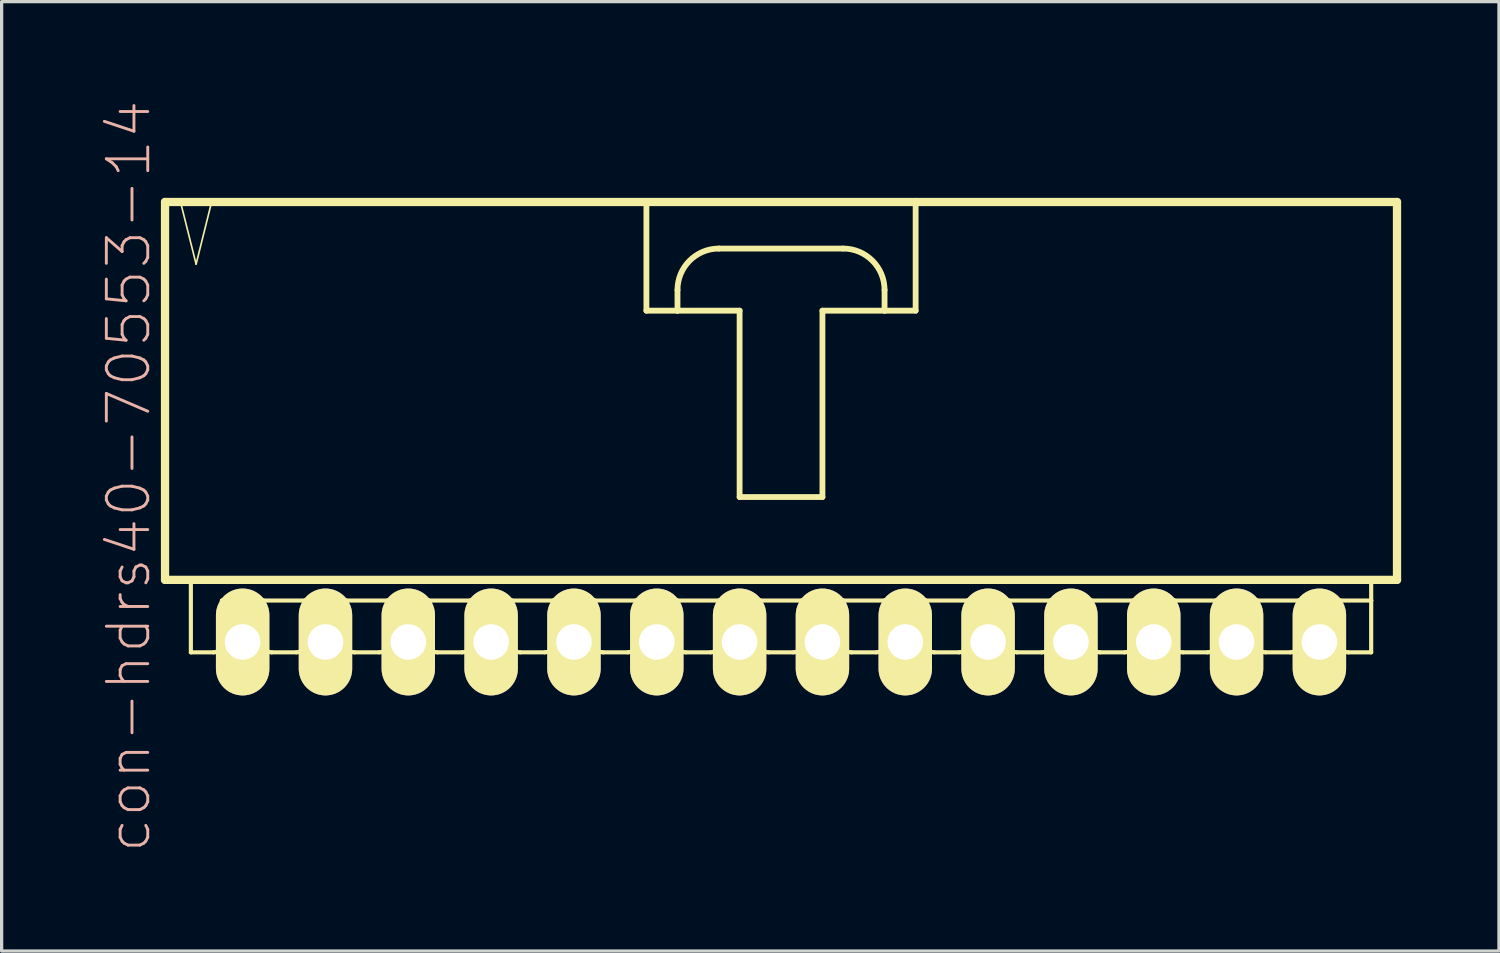
<source format=kicad_pcb>
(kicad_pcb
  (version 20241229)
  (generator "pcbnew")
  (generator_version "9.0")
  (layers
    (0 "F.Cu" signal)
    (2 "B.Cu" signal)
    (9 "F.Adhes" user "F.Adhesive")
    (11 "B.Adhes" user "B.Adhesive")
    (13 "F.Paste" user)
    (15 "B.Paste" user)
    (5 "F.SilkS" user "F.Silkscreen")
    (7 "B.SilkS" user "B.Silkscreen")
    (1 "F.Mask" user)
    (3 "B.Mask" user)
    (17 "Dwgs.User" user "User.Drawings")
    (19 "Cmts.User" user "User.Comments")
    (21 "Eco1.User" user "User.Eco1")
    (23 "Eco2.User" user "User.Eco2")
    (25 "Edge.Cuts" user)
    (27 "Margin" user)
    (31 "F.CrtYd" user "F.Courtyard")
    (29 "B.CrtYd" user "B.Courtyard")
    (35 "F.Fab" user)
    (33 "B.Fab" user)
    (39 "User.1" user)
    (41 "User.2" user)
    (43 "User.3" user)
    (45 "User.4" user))
  (footprint "con-hdrs40-70553-14"
    (layer "F.Cu")
    (at 20.901 9.017)
    (property "Reference" "con-hdrs40-70553-14" (at -20.003 2.54 90) (layer "B.SilkS") (effects (font (size 1.27 1.27) (thickness 0.089))))
    (attr exclude_from_pos_files exclude_from_bom)
    (fp_line (start -18.89 -5.872) (end -18.89 5.715) (stroke (width 0.254) (type solid)) (layer "F.SilkS"))
    (fp_line (start -18.89 5.715) (end 18.89 5.715) (stroke (width 0.254) (type solid)) (layer "F.SilkS"))
    (fp_line (start -18.415 -5.872) (end -17.937 -3.967) (stroke (width 0.051) (type solid)) (layer "F.SilkS"))
    (fp_line (start -18.098 5.715) (end -18.098 7.938) (stroke (width 0.127) (type solid)) (layer "F.SilkS"))
    (fp_line (start -17.937 -3.967) (end -17.462 -5.872) (stroke (width 0.051) (type solid)) (layer "F.SilkS"))
    (fp_line (start -17.462 -5.872) (end -18.415 -5.872) (stroke (width 0.051) (type solid)) (layer "F.SilkS"))
    (fp_line (start -17.399 7.938) (end -18.098 7.938) (stroke (width 0.127) (type solid)) (layer "F.SilkS"))
    (fp_line (start -17.145 6.35) (end -17.145 7.684) (stroke (width 0.127) (type solid)) (layer "F.SilkS"))
    (fp_line (start -17.145 6.35) (end -15.875 6.35) (stroke (width 0.127) (type solid)) (layer "F.SilkS"))
    (fp_line (start -16.828 6.35) (end -16.192 6.35) (stroke (width 0.066) (type solid)) (layer "F.SilkS"))
    (fp_line (start -16.828 7.62) (end -16.828 6.35) (stroke (width 0.066) (type solid)) (layer "F.SilkS"))
    (fp_line (start -16.828 7.62) (end -16.192 7.62) (stroke (width 0.066) (type solid)) (layer "F.SilkS"))
    (fp_line (start -16.192 7.62) (end -16.192 6.35) (stroke (width 0.066) (type solid)) (layer "F.SilkS"))
    (fp_line (start -15.875 6.35) (end -15.875 7.684) (stroke (width 0.127) (type solid)) (layer "F.SilkS"))
    (fp_line (start -15.875 6.35) (end -14.605 6.35) (stroke (width 0.127) (type solid)) (layer "F.SilkS"))
    (fp_line (start -14.859 7.938) (end -15.621 7.938) (stroke (width 0.127) (type solid)) (layer "F.SilkS"))
    (fp_line (start -14.605 6.35) (end -14.605 7.684) (stroke (width 0.127) (type solid)) (layer "F.SilkS"))
    (fp_line (start -14.605 6.35) (end -13.335 6.35) (stroke (width 0.127) (type solid)) (layer "F.SilkS"))
    (fp_line (start -14.287 6.35) (end -13.652 6.35) (stroke (width 0.066) (type solid)) (layer "F.SilkS"))
    (fp_line (start -14.287 7.62) (end -14.287 6.35) (stroke (width 0.066) (type solid)) (layer "F.SilkS"))
    (fp_line (start -14.287 7.62) (end -13.652 7.62) (stroke (width 0.066) (type solid)) (layer "F.SilkS"))
    (fp_line (start -13.652 7.62) (end -13.652 6.35) (stroke (width 0.066) (type solid)) (layer "F.SilkS"))
    (fp_line (start -13.335 6.35) (end -13.335 7.684) (stroke (width 0.127) (type solid)) (layer "F.SilkS"))
    (fp_line (start -13.335 6.35) (end -12.065 6.35) (stroke (width 0.127) (type solid)) (layer "F.SilkS"))
    (fp_line (start -12.319 7.938) (end -13.081 7.938) (stroke (width 0.127) (type solid)) (layer "F.SilkS"))
    (fp_line (start -12.065 6.35) (end -12.065 7.684) (stroke (width 0.127) (type solid)) (layer "F.SilkS"))
    (fp_line (start -12.065 6.35) (end -10.795 6.35) (stroke (width 0.127) (type solid)) (layer "F.SilkS"))
    (fp_line (start -11.748 6.35) (end -11.113 6.35) (stroke (width 0.066) (type solid)) (layer "F.SilkS"))
    (fp_line (start -11.748 7.62) (end -11.748 6.35) (stroke (width 0.066) (type solid)) (layer "F.SilkS"))
    (fp_line (start -11.748 7.62) (end -11.113 7.62) (stroke (width 0.066) (type solid)) (layer "F.SilkS"))
    (fp_line (start -11.113 7.62) (end -11.113 6.35) (stroke (width 0.066) (type solid)) (layer "F.SilkS"))
    (fp_line (start -10.795 6.35) (end -10.795 7.684) (stroke (width 0.127) (type solid)) (layer "F.SilkS"))
    (fp_line (start -10.795 6.35) (end -9.525 6.35) (stroke (width 0.127) (type solid)) (layer "F.SilkS"))
    (fp_line (start -9.779 7.938) (end -10.541 7.938) (stroke (width 0.127) (type solid)) (layer "F.SilkS"))
    (fp_line (start -9.525 6.35) (end -9.525 7.684) (stroke (width 0.127) (type solid)) (layer "F.SilkS"))
    (fp_line (start -9.525 6.35) (end -8.255 6.35) (stroke (width 0.127) (type solid)) (layer "F.SilkS"))
    (fp_line (start -9.207 6.35) (end -8.572 6.35) (stroke (width 0.066) (type solid)) (layer "F.SilkS"))
    (fp_line (start -9.207 7.62) (end -9.207 6.35) (stroke (width 0.066) (type solid)) (layer "F.SilkS"))
    (fp_line (start -9.207 7.62) (end -8.572 7.62) (stroke (width 0.066) (type solid)) (layer "F.SilkS"))
    (fp_line (start -8.572 7.62) (end -8.572 6.35) (stroke (width 0.066) (type solid)) (layer "F.SilkS"))
    (fp_line (start -8.255 6.35) (end -8.255 7.684) (stroke (width 0.127) (type solid)) (layer "F.SilkS"))
    (fp_line (start -8.255 6.35) (end -6.985 6.35) (stroke (width 0.127) (type solid)) (layer "F.SilkS"))
    (fp_line (start -7.236 7.938) (end -8.001 7.938) (stroke (width 0.127) (type solid)) (layer "F.SilkS"))
    (fp_line (start -6.985 6.35) (end -6.985 7.684) (stroke (width 0.127) (type solid)) (layer "F.SilkS"))
    (fp_line (start -6.985 6.35) (end -5.715 6.35) (stroke (width 0.127) (type solid)) (layer "F.SilkS"))
    (fp_line (start -6.668 6.35) (end -6.032 6.35) (stroke (width 0.066) (type solid)) (layer "F.SilkS"))
    (fp_line (start -6.668 7.62) (end -6.668 6.35) (stroke (width 0.066) (type solid)) (layer "F.SilkS"))
    (fp_line (start -6.668 7.62) (end -6.032 7.62) (stroke (width 0.066) (type solid)) (layer "F.SilkS"))
    (fp_line (start -6.032 7.62) (end -6.032 6.35) (stroke (width 0.066) (type solid)) (layer "F.SilkS"))
    (fp_line (start -5.715 6.35) (end -5.715 7.684) (stroke (width 0.127) (type solid)) (layer "F.SilkS"))
    (fp_line (start -5.715 6.35) (end -4.445 6.35) (stroke (width 0.127) (type solid)) (layer "F.SilkS"))
    (fp_line (start -4.699 7.938) (end -5.461 7.938) (stroke (width 0.127) (type solid)) (layer "F.SilkS"))
    (fp_line (start -4.445 6.35) (end -4.445 7.684) (stroke (width 0.127) (type solid)) (layer "F.SilkS"))
    (fp_line (start -4.445 6.35) (end -3.175 6.35) (stroke (width 0.127) (type solid)) (layer "F.SilkS"))
    (fp_line (start -4.128 -5.872) (end -4.128 -2.54) (stroke (width 0.178) (type solid)) (layer "F.SilkS"))
    (fp_line (start -4.128 -2.54) (end -3.175 -2.54) (stroke (width 0.178) (type solid)) (layer "F.SilkS"))
    (fp_line (start -4.128 6.35) (end -3.493 6.35) (stroke (width 0.066) (type solid)) (layer "F.SilkS"))
    (fp_line (start -4.128 7.62) (end -4.128 6.35) (stroke (width 0.066) (type solid)) (layer "F.SilkS"))
    (fp_line (start -4.128 7.62) (end -3.493 7.62) (stroke (width 0.066) (type solid)) (layer "F.SilkS"))
    (fp_line (start -3.493 7.62) (end -3.493 6.35) (stroke (width 0.066) (type solid)) (layer "F.SilkS"))
    (fp_line (start -3.175 -2.54) (end -3.175 -3.175) (stroke (width 0.178) (type solid)) (layer "F.SilkS"))
    (fp_line (start -3.175 -2.54) (end -1.27 -2.54) (stroke (width 0.178) (type solid)) (layer "F.SilkS"))
    (fp_line (start -3.175 6.35) (end -3.175 7.684) (stroke (width 0.127) (type solid)) (layer "F.SilkS"))
    (fp_line (start -3.175 6.35) (end -1.905 6.35) (stroke (width 0.127) (type solid)) (layer "F.SilkS"))
    (fp_line (start -2.159 7.938) (end -2.921 7.938) (stroke (width 0.127) (type solid)) (layer "F.SilkS"))
    (fp_line (start -1.905 -4.445) (end 1.905 -4.445) (stroke (width 0.178) (type solid)) (layer "F.SilkS"))
    (fp_line (start -1.905 6.35) (end -1.905 7.684) (stroke (width 0.127) (type solid)) (layer "F.SilkS"))
    (fp_line (start -1.905 6.35) (end -0.635 6.35) (stroke (width 0.127) (type solid)) (layer "F.SilkS"))
    (fp_line (start -1.587 6.35) (end -0.953 6.35) (stroke (width 0.066) (type solid)) (layer "F.SilkS"))
    (fp_line (start -1.587 7.62) (end -1.587 6.35) (stroke (width 0.066) (type solid)) (layer "F.SilkS"))
    (fp_line (start -1.587 7.62) (end -0.953 7.62) (stroke (width 0.066) (type solid)) (layer "F.SilkS"))
    (fp_line (start -1.27 -2.54) (end -1.27 3.175) (stroke (width 0.178) (type solid)) (layer "F.SilkS"))
    (fp_line (start -1.27 3.175) (end 1.27 3.175) (stroke (width 0.178) (type solid)) (layer "F.SilkS"))
    (fp_line (start -0.953 7.62) (end -0.953 6.35) (stroke (width 0.066) (type solid)) (layer "F.SilkS"))
    (fp_line (start -0.635 6.35) (end -0.635 7.684) (stroke (width 0.127) (type solid)) (layer "F.SilkS"))
    (fp_line (start -0.635 6.35) (end 0.635 6.35) (stroke (width 0.127) (type solid)) (layer "F.SilkS"))
    (fp_line (start 0.381 7.938) (end -0.381 7.938) (stroke (width 0.127) (type solid)) (layer "F.SilkS"))
    (fp_line (start 0.635 6.35) (end 0.635 7.684) (stroke (width 0.127) (type solid)) (layer "F.SilkS"))
    (fp_line (start 0.635 6.35) (end 1.905 6.35) (stroke (width 0.127) (type solid)) (layer "F.SilkS"))
    (fp_line (start 0.953 6.35) (end 1.587 6.35) (stroke (width 0.066) (type solid)) (layer "F.SilkS"))
    (fp_line (start 0.953 7.62) (end 0.953 6.35) (stroke (width 0.066) (type solid)) (layer "F.SilkS"))
    (fp_line (start 0.953 7.62) (end 1.587 7.62) (stroke (width 0.066) (type solid)) (layer "F.SilkS"))
    (fp_line (start 1.27 -2.54) (end 3.175 -2.54) (stroke (width 0.178) (type solid)) (layer "F.SilkS"))
    (fp_line (start 1.27 3.175) (end 1.27 -2.54) (stroke (width 0.178) (type solid)) (layer "F.SilkS"))
    (fp_line (start 1.587 7.62) (end 1.587 6.35) (stroke (width 0.066) (type solid)) (layer "F.SilkS"))
    (fp_line (start 1.905 6.35) (end 1.905 7.684) (stroke (width 0.127) (type solid)) (layer "F.SilkS"))
    (fp_line (start 1.905 6.35) (end 3.175 6.35) (stroke (width 0.127) (type solid)) (layer "F.SilkS"))
    (fp_line (start 2.921 7.938) (end 2.159 7.938) (stroke (width 0.127) (type solid)) (layer "F.SilkS"))
    (fp_line (start 3.175 -3.175) (end 3.175 -2.54) (stroke (width 0.178) (type solid)) (layer "F.SilkS"))
    (fp_line (start 3.175 -2.54) (end 4.128 -2.54) (stroke (width 0.178) (type solid)) (layer "F.SilkS"))
    (fp_line (start 3.175 6.35) (end 3.175 7.684) (stroke (width 0.127) (type solid)) (layer "F.SilkS"))
    (fp_line (start 3.175 6.35) (end 4.445 6.35) (stroke (width 0.127) (type solid)) (layer "F.SilkS"))
    (fp_line (start 3.493 6.35) (end 4.128 6.35) (stroke (width 0.066) (type solid)) (layer "F.SilkS"))
    (fp_line (start 3.493 7.62) (end 3.493 6.35) (stroke (width 0.066) (type solid)) (layer "F.SilkS"))
    (fp_line (start 3.493 7.62) (end 4.128 7.62) (stroke (width 0.066) (type solid)) (layer "F.SilkS"))
    (fp_line (start 4.128 -5.872) (end -18.89 -5.872) (stroke (width 0.254) (type solid)) (layer "F.SilkS"))
    (fp_line (start 4.128 -2.54) (end 4.128 -5.872) (stroke (width 0.178) (type solid)) (layer "F.SilkS"))
    (fp_line (start 4.128 7.62) (end 4.128 6.35) (stroke (width 0.066) (type solid)) (layer "F.SilkS"))
    (fp_line (start 4.445 6.35) (end 4.445 7.684) (stroke (width 0.127) (type solid)) (layer "F.SilkS"))
    (fp_line (start 4.445 6.35) (end 5.715 6.35) (stroke (width 0.127) (type solid)) (layer "F.SilkS"))
    (fp_line (start 5.461 7.938) (end 4.699 7.938) (stroke (width 0.127) (type solid)) (layer "F.SilkS"))
    (fp_line (start 5.715 6.35) (end 5.715 7.684) (stroke (width 0.127) (type solid)) (layer "F.SilkS"))
    (fp_line (start 5.715 6.35) (end 6.985 6.35) (stroke (width 0.127) (type solid)) (layer "F.SilkS"))
    (fp_line (start 6.032 6.35) (end 6.668 6.35) (stroke (width 0.066) (type solid)) (layer "F.SilkS"))
    (fp_line (start 6.032 7.62) (end 6.032 6.35) (stroke (width 0.066) (type solid)) (layer "F.SilkS"))
    (fp_line (start 6.032 7.62) (end 6.668 7.62) (stroke (width 0.066) (type solid)) (layer "F.SilkS"))
    (fp_line (start 6.668 7.62) (end 6.668 6.35) (stroke (width 0.066) (type solid)) (layer "F.SilkS"))
    (fp_line (start 6.985 6.35) (end 6.985 7.684) (stroke (width 0.127) (type solid)) (layer "F.SilkS"))
    (fp_line (start 6.985 6.35) (end 8.255 6.35) (stroke (width 0.127) (type solid)) (layer "F.SilkS"))
    (fp_line (start 8.001 7.938) (end 7.236 7.938) (stroke (width 0.127) (type solid)) (layer "F.SilkS"))
    (fp_line (start 8.255 6.35) (end 8.255 7.684) (stroke (width 0.127) (type solid)) (layer "F.SilkS"))
    (fp_line (start 8.255 6.35) (end 9.525 6.35) (stroke (width 0.127) (type solid)) (layer "F.SilkS"))
    (fp_line (start 8.572 6.35) (end 9.207 6.35) (stroke (width 0.066) (type solid)) (layer "F.SilkS"))
    (fp_line (start 8.572 7.62) (end 8.572 6.35) (stroke (width 0.066) (type solid)) (layer "F.SilkS"))
    (fp_line (start 8.572 7.62) (end 9.207 7.62) (stroke (width 0.066) (type solid)) (layer "F.SilkS"))
    (fp_line (start 9.207 7.62) (end 9.207 6.35) (stroke (width 0.066) (type solid)) (layer "F.SilkS"))
    (fp_line (start 9.525 6.35) (end 9.525 7.684) (stroke (width 0.127) (type solid)) (layer "F.SilkS"))
    (fp_line (start 9.525 6.35) (end 10.795 6.35) (stroke (width 0.127) (type solid)) (layer "F.SilkS"))
    (fp_line (start 10.541 7.938) (end 9.779 7.938) (stroke (width 0.127) (type solid)) (layer "F.SilkS"))
    (fp_line (start 10.795 6.35) (end 10.795 7.684) (stroke (width 0.127) (type solid)) (layer "F.SilkS"))
    (fp_line (start 10.795 6.35) (end 12.065 6.35) (stroke (width 0.127) (type solid)) (layer "F.SilkS"))
    (fp_line (start 11.113 6.35) (end 11.748 6.35) (stroke (width 0.066) (type solid)) (layer "F.SilkS"))
    (fp_line (start 11.113 7.62) (end 11.113 6.35) (stroke (width 0.066) (type solid)) (layer "F.SilkS"))
    (fp_line (start 11.113 7.62) (end 11.748 7.62) (stroke (width 0.066) (type solid)) (layer "F.SilkS"))
    (fp_line (start 11.748 7.62) (end 11.748 6.35) (stroke (width 0.066) (type solid)) (layer "F.SilkS"))
    (fp_line (start 12.065 6.35) (end 12.065 7.684) (stroke (width 0.127) (type solid)) (layer "F.SilkS"))
    (fp_line (start 12.065 6.35) (end 13.335 6.35) (stroke (width 0.127) (type solid)) (layer "F.SilkS"))
    (fp_line (start 13.081 7.938) (end 12.319 7.938) (stroke (width 0.127) (type solid)) (layer "F.SilkS"))
    (fp_line (start 13.335 6.35) (end 13.335 7.684) (stroke (width 0.127) (type solid)) (layer "F.SilkS"))
    (fp_line (start 13.335 6.35) (end 14.605 6.35) (stroke (width 0.127) (type solid)) (layer "F.SilkS"))
    (fp_line (start 13.652 6.35) (end 14.287 6.35) (stroke (width 0.066) (type solid)) (layer "F.SilkS"))
    (fp_line (start 13.652 7.62) (end 13.652 6.35) (stroke (width 0.066) (type solid)) (layer "F.SilkS"))
    (fp_line (start 13.652 7.62) (end 14.287 7.62) (stroke (width 0.066) (type solid)) (layer "F.SilkS"))
    (fp_line (start 14.287 7.62) (end 14.287 6.35) (stroke (width 0.066) (type solid)) (layer "F.SilkS"))
    (fp_line (start 14.605 6.35) (end 14.605 7.684) (stroke (width 0.127) (type solid)) (layer "F.SilkS"))
    (fp_line (start 14.605 6.35) (end 15.875 6.35) (stroke (width 0.127) (type solid)) (layer "F.SilkS"))
    (fp_line (start 15.621 7.938) (end 14.859 7.938) (stroke (width 0.127) (type solid)) (layer "F.SilkS"))
    (fp_line (start 15.875 6.35) (end 15.875 7.684) (stroke (width 0.127) (type solid)) (layer "F.SilkS"))
    (fp_line (start 15.875 6.35) (end 17.145 6.35) (stroke (width 0.127) (type solid)) (layer "F.SilkS"))
    (fp_line (start 16.192 6.35) (end 16.828 6.35) (stroke (width 0.066) (type solid)) (layer "F.SilkS"))
    (fp_line (start 16.192 7.62) (end 16.192 6.35) (stroke (width 0.066) (type solid)) (layer "F.SilkS"))
    (fp_line (start 16.192 7.62) (end 16.828 7.62) (stroke (width 0.066) (type solid)) (layer "F.SilkS"))
    (fp_line (start 16.828 7.62) (end 16.828 6.35) (stroke (width 0.066) (type solid)) (layer "F.SilkS"))
    (fp_line (start 17.145 6.35) (end 17.145 7.684) (stroke (width 0.127) (type solid)) (layer "F.SilkS"))
    (fp_line (start 17.145 6.35) (end 18.098 6.35) (stroke (width 0.127) (type solid)) (layer "F.SilkS"))
    (fp_line (start 17.399 7.938) (end 18.098 7.938) (stroke (width 0.127) (type solid)) (layer "F.SilkS"))
    (fp_line (start 18.098 6.35) (end 18.098 5.715) (stroke (width 0.127) (type solid)) (layer "F.SilkS"))
    (fp_line (start 18.098 7.938) (end 18.098 6.35) (stroke (width 0.127) (type solid)) (layer "F.SilkS"))
    (fp_line (start 18.89 -5.872) (end 4.128 -5.872) (stroke (width 0.254) (type solid)) (layer "F.SilkS"))
    (fp_line (start 18.89 5.715) (end 18.89 -5.872) (stroke (width 0.254) (type solid)) (layer "F.SilkS"))
    (fp_arc (start -17.145 7.6835) (mid -17.219395 7.863105) (end -17.399 7.9375) (stroke (width 0.127) (type solid)) (layer "F.SilkS"))
    (fp_arc (start -15.621 7.9375) (mid -15.800605 7.863105) (end -15.875 7.6835) (stroke (width 0.127) (type solid)) (layer "F.SilkS"))
    (fp_arc (start -14.605 7.6835) (mid -14.679395 7.863105) (end -14.859 7.9375) (stroke (width 0.127) (type solid)) (layer "F.SilkS"))
    (fp_arc (start -13.081 7.9375) (mid -13.260605 7.863105) (end -13.335 7.6835) (stroke (width 0.127) (type solid)) (layer "F.SilkS"))
    (fp_arc (start -12.065 7.6835) (mid -12.139395 7.863105) (end -12.319 7.9375) (stroke (width 0.127) (type solid)) (layer "F.SilkS"))
    (fp_arc (start -10.541 7.9375) (mid -10.720605 7.863105) (end -10.795 7.6835) (stroke (width 0.127) (type solid)) (layer "F.SilkS"))
    (fp_arc (start -9.525 7.6835) (mid -9.599395 7.863105) (end -9.779 7.9375) (stroke (width 0.127) (type solid)) (layer "F.SilkS"))
    (fp_arc (start -8.001 7.9375) (mid -8.180605 7.863105) (end -8.255 7.6835) (stroke (width 0.127) (type solid)) (layer "F.SilkS"))
    (fp_arc (start -6.985 7.6835) (mid -7.058651 7.861309) (end -7.23646 7.93496) (stroke (width 0.127) (type solid)) (layer "F.SilkS"))
    (fp_arc (start -5.461 7.9375) (mid -5.640605 7.863105) (end -5.715 7.6835) (stroke (width 0.127) (type solid)) (layer "F.SilkS"))
    (fp_arc (start -4.445 7.6835) (mid -4.519395 7.863105) (end -4.699 7.9375) (stroke (width 0.127) (type solid)) (layer "F.SilkS"))
    (fp_arc (start -3.175 -3.175) (mid -2.803026 -4.073026) (end -1.905 -4.445) (stroke (width 0.1778) (type solid)) (layer "F.SilkS"))
    (fp_arc (start -2.921 7.9375) (mid -3.100605 7.863105) (end -3.175 7.6835) (stroke (width 0.127) (type solid)) (layer "F.SilkS"))
    (fp_arc (start -1.905 7.6835) (mid -1.979395 7.863105) (end -2.159 7.9375) (stroke (width 0.127) (type solid)) (layer "F.SilkS"))
    (fp_arc (start -0.381 7.9375) (mid -0.560605 7.863105) (end -0.635 7.6835) (stroke (width 0.127) (type solid)) (layer "F.SilkS"))
    (fp_arc (start 0.635 7.6835) (mid 0.560605 7.863105) (end 0.381 7.9375) (stroke (width 0.127) (type solid)) (layer "F.SilkS"))
    (fp_arc (start 1.905 -4.445) (mid 2.803026 -4.073026) (end 3.175 -3.175) (stroke (width 0.1778) (type solid)) (layer "F.SilkS"))
    (fp_arc (start 2.159 7.9375) (mid 1.979395 7.863105) (end 1.905 7.6835) (stroke (width 0.127) (type solid)) (layer "F.SilkS"))
    (fp_arc (start 3.175 7.6835) (mid 3.100605 7.863105) (end 2.921 7.9375) (stroke (width 0.127) (type solid)) (layer "F.SilkS"))
    (fp_arc (start 4.699 7.9375) (mid 4.519395 7.863105) (end 4.445 7.6835) (stroke (width 0.127) (type solid)) (layer "F.SilkS"))
    (fp_arc (start 5.715 7.6835) (mid 5.640605 7.863105) (end 5.461 7.9375) (stroke (width 0.127) (type solid)) (layer "F.SilkS"))
    (fp_arc (start 7.23646 7.9375) (mid 7.056855 7.863105) (end 6.98246 7.6835) (stroke (width 0.127) (type solid)) (layer "F.SilkS"))
    (fp_arc (start 8.255 7.6835) (mid 8.180605 7.863105) (end 8.001 7.9375) (stroke (width 0.127) (type solid)) (layer "F.SilkS"))
    (fp_arc (start 9.779 7.9375) (mid 9.599395 7.863105) (end 9.525 7.6835) (stroke (width 0.127) (type solid)) (layer "F.SilkS"))
    (fp_arc (start 10.795 7.6835) (mid 10.720605 7.863105) (end 10.541 7.9375) (stroke (width 0.127) (type solid)) (layer "F.SilkS"))
    (fp_arc (start 12.319 7.9375) (mid 12.139395 7.863105) (end 12.065 7.6835) (stroke (width 0.127) (type solid)) (layer "F.SilkS"))
    (fp_arc (start 13.335 7.6835) (mid 13.260605 7.863105) (end 13.081 7.9375) (stroke (width 0.127) (type solid)) (layer "F.SilkS"))
    (fp_arc (start 14.859 7.9375) (mid 14.679395 7.863105) (end 14.605 7.6835) (stroke (width 0.127) (type solid)) (layer "F.SilkS"))
    (fp_arc (start 15.875 7.6835) (mid 15.800605 7.863105) (end 15.621 7.9375) (stroke (width 0.127) (type solid)) (layer "F.SilkS"))
    (fp_arc (start 17.399 7.9375) (mid 17.219395 7.863105) (end 17.145 7.6835) (stroke (width 0.127) (type solid)) (layer "F.SilkS"))
    (pad "1" thru_hole oval (at -16.51 7.62) (size 1.638 3.277) (drill 1.09) (layers "*.Cu" "F.Mask" "F.SilkS" "F.Paste"))
    (pad "2" thru_hole oval (at -13.97 7.62) (size 1.638 3.277) (drill 1.09) (layers "*.Cu" "F.Mask" "F.SilkS" "F.Paste"))
    (pad "3" thru_hole oval (at -11.43 7.62) (size 1.638 3.277) (drill 1.09) (layers "*.Cu" "F.Mask" "F.SilkS" "F.Paste"))
    (pad "4" thru_hole oval (at -8.89 7.62) (size 1.638 3.277) (drill 1.09) (layers "*.Cu" "F.Mask" "F.SilkS" "F.Paste"))
    (pad "5" thru_hole oval (at -6.35 7.62) (size 1.638 3.277) (drill 1.09) (layers "*.Cu" "F.Mask" "F.SilkS" "F.Paste"))
    (pad "6" thru_hole oval (at -3.81 7.62) (size 1.638 3.277) (drill 1.09) (layers "*.Cu" "F.Mask" "F.SilkS" "F.Paste"))
    (pad "7" thru_hole oval (at -1.27 7.62) (size 1.638 3.277) (drill 1.09) (layers "*.Cu" "F.Mask" "F.SilkS" "F.Paste"))
    (pad "8" thru_hole oval (at 1.27 7.62) (size 1.638 3.277) (drill 1.09) (layers "*.Cu" "F.Mask" "F.SilkS" "F.Paste"))
    (pad "9" thru_hole oval (at 3.81 7.62) (size 1.638 3.277) (drill 1.09) (layers "*.Cu" "F.Mask" "F.SilkS" "F.Paste"))
    (pad "10" thru_hole oval (at 6.35 7.62) (size 1.638 3.277) (drill 1.09) (layers "*.Cu" "F.Mask" "F.SilkS" "F.Paste"))
    (pad "11" thru_hole oval (at 8.89 7.62) (size 1.638 3.277) (drill 1.09) (layers "*.Cu" "F.Mask" "F.SilkS" "F.Paste"))
    (pad "12" thru_hole oval (at 11.43 7.62) (size 1.638 3.277) (drill 1.09) (layers "*.Cu" "F.Mask" "F.SilkS" "F.Paste"))
    (pad "13" thru_hole oval (at 13.97 7.62) (size 1.638 3.277) (drill 1.09) (layers "*.Cu" "F.Mask" "F.SilkS" "F.Paste"))
    (pad "14" thru_hole oval (at 16.51 7.62) (size 1.638 3.277) (drill 1.09) (layers "*.Cu" "F.Mask" "F.SilkS" "F.Paste")))
  (gr_rect
    (start -3 -3)
    (end 42.918 26.115)
    (stroke (width 0.1) (type default))
    (fill no)
    (layer "Edge.Cuts")))
</source>
